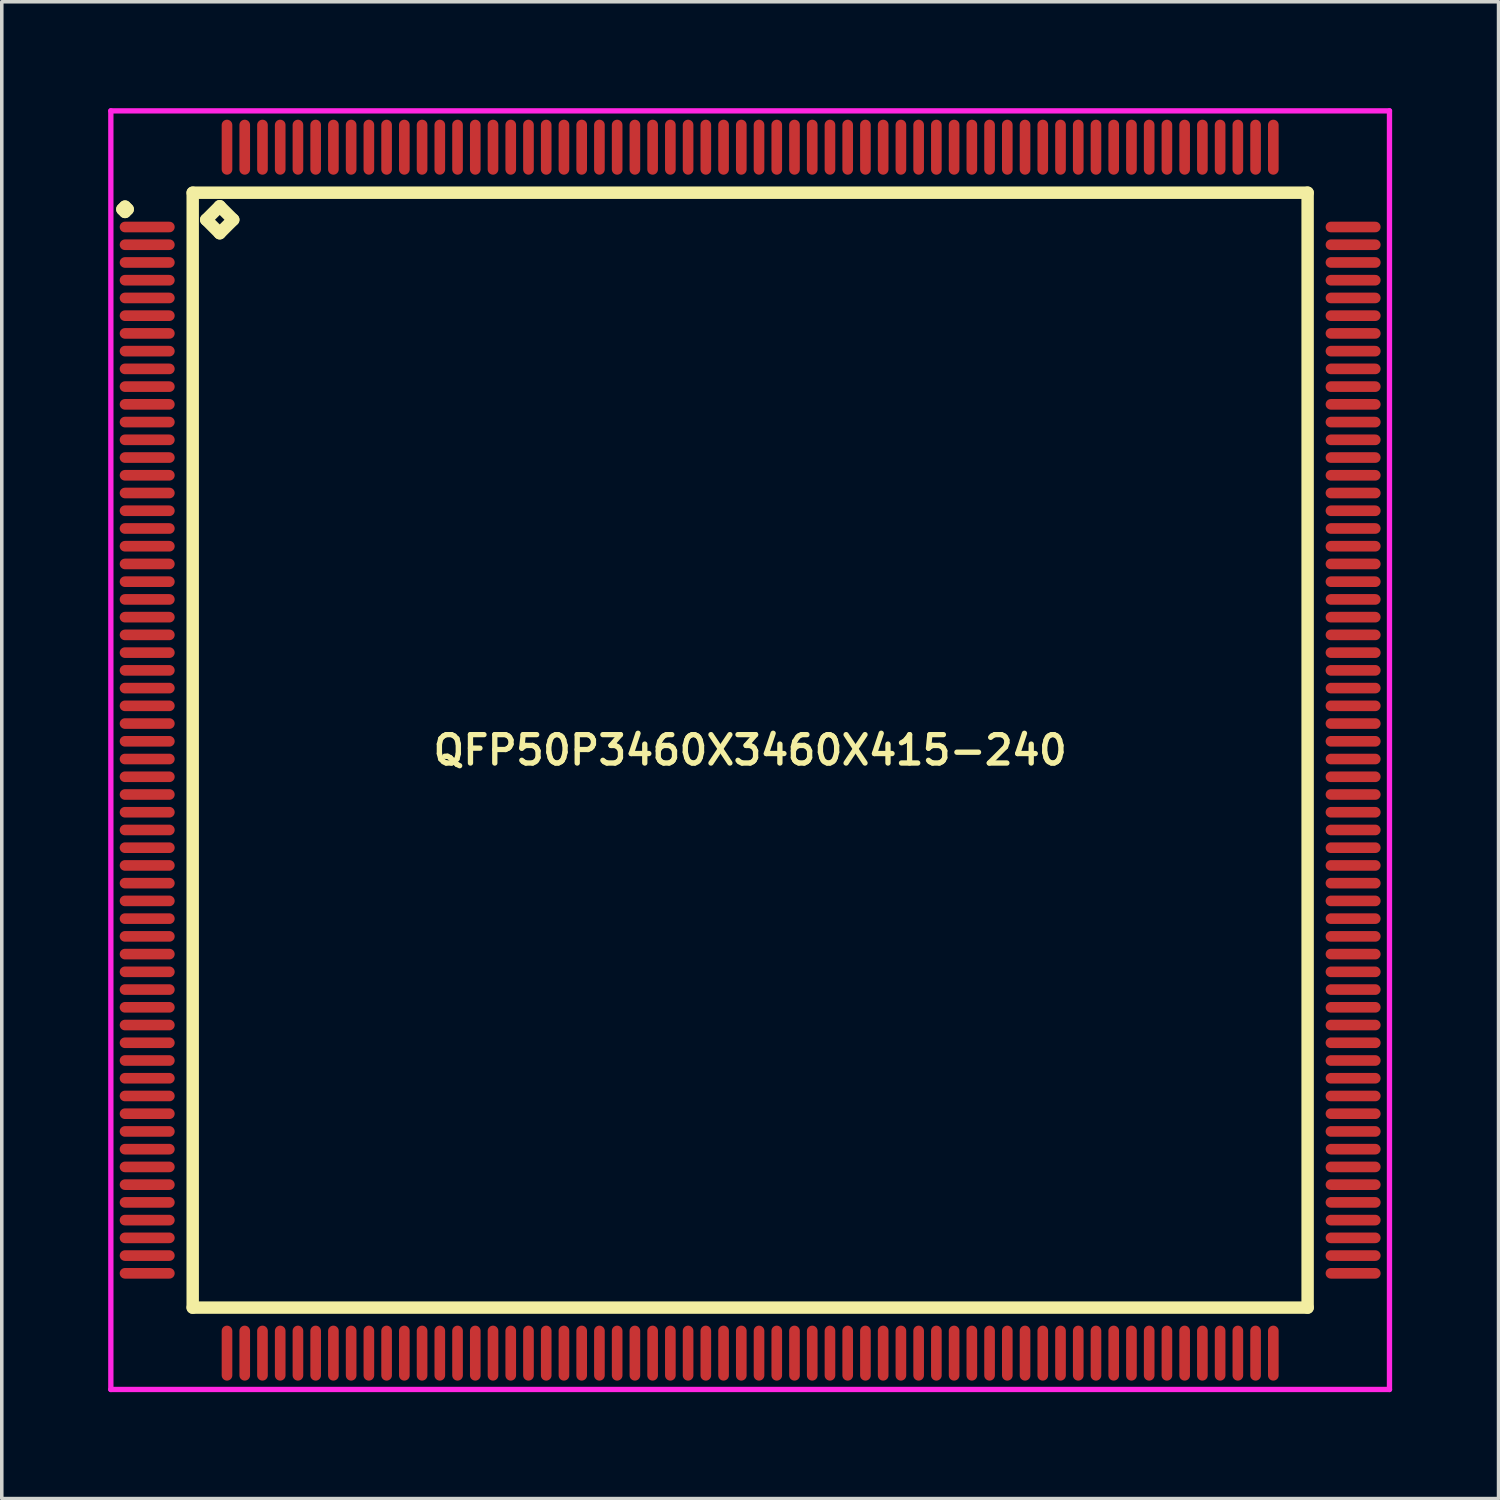
<source format=kicad_pcb>
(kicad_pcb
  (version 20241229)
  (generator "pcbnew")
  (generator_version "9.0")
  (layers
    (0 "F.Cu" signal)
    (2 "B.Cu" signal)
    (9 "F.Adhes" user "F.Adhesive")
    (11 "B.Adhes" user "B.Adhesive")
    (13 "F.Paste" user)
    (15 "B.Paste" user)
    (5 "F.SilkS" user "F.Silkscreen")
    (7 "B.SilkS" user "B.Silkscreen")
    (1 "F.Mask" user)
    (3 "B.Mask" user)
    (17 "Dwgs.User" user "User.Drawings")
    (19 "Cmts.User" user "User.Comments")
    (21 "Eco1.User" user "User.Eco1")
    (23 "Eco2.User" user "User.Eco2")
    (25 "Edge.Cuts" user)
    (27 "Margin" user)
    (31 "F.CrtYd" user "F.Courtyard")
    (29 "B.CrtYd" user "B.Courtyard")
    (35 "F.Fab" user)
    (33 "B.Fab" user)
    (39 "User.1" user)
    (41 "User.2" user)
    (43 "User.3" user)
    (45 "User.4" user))
  (footprint "QFP50P3460X3460X415-240"
    (layer "F.Cu")
    (at 18.1 18.1)
    (property "Reference" "QFP50P3460X3460X415-240" (at 0 0 0) (layer "F.SilkS") (effects (font (size 0.8 0.8) (thickness 0.15))))
    (attr smd)
    (fp_line (start -17.7 -15.25) (end -17.625 -15.325) (stroke (width 0.35) (type solid)) (layer "F.SilkS"))
    (fp_line (start -17.625 -15.325) (end -17.55 -15.25) (stroke (width 0.35) (type solid)) (layer "F.SilkS"))
    (fp_line (start -17.625 -15.175) (end -17.7 -15.25) (stroke (width 0.35) (type solid)) (layer "F.SilkS"))
    (fp_line (start -17.55 -15.25) (end -17.625 -15.175) (stroke (width 0.35) (type solid)) (layer "F.SilkS"))
    (fp_line (start -15.717 -15.717) (end -15.717 15.717) (stroke (width 0.35) (type solid)) (layer "F.SilkS"))
    (fp_line (start -15.717 15.717) (end 15.717 15.717) (stroke (width 0.35) (type solid)) (layer "F.SilkS"))
    (fp_line (start -15.336 -14.955) (end -14.955 -15.336) (stroke (width 0.35) (type solid)) (layer "F.SilkS"))
    (fp_line (start -14.955 -15.336) (end -14.574 -14.955) (stroke (width 0.35) (type solid)) (layer "F.SilkS"))
    (fp_line (start -14.955 -14.574) (end -15.336 -14.955) (stroke (width 0.35) (type solid)) (layer "F.SilkS"))
    (fp_line (start -14.574 -14.955) (end -14.955 -14.574) (stroke (width 0.35) (type solid)) (layer "F.SilkS"))
    (fp_line (start 15.717 -15.717) (end -15.717 -15.717) (stroke (width 0.35) (type solid)) (layer "F.SilkS"))
    (fp_line (start 15.717 15.717) (end 15.717 -15.717) (stroke (width 0.35) (type solid)) (layer "F.SilkS"))
    (fp_line (start -18.025 -18.025) (end 18.025 -18.025) (stroke (width 0.15) (type solid)) (layer "F.CrtYd"))
    (fp_line (start -18.025 18.025) (end -18.025 -18.025) (stroke (width 0.15) (type solid)) (layer "F.CrtYd"))
    (fp_line (start 18.025 -18.025) (end 18.025 18.025) (stroke (width 0.15) (type solid)) (layer "F.CrtYd"))
    (fp_line (start 18.025 18.025) (end -18.025 18.025) (stroke (width 0.15) (type solid)) (layer "F.CrtYd"))
    (pad "1" smd oval (at -17 -14.75) (size 1.55 0.3) (layers "F.Cu" "F.Mask" "F.Paste"))
    (pad "2" smd oval (at -17 -14.25) (size 1.55 0.3) (layers "F.Cu" "F.Mask" "F.Paste"))
    (pad "3" smd oval (at -17 -13.75) (size 1.55 0.3) (layers "F.Cu" "F.Mask" "F.Paste"))
    (pad "4" smd oval (at -17 -13.25) (size 1.55 0.3) (layers "F.Cu" "F.Mask" "F.Paste"))
    (pad "5" smd oval (at -17 -12.75) (size 1.55 0.3) (layers "F.Cu" "F.Mask" "F.Paste"))
    (pad "6" smd oval (at -17 -12.25) (size 1.55 0.3) (layers "F.Cu" "F.Mask" "F.Paste"))
    (pad "7" smd oval (at -17 -11.75) (size 1.55 0.3) (layers "F.Cu" "F.Mask" "F.Paste"))
    (pad "8" smd oval (at -17 -11.25) (size 1.55 0.3) (layers "F.Cu" "F.Mask" "F.Paste"))
    (pad "9" smd oval (at -17 -10.75) (size 1.55 0.3) (layers "F.Cu" "F.Mask" "F.Paste"))
    (pad "10" smd oval (at -17 -10.25) (size 1.55 0.3) (layers "F.Cu" "F.Mask" "F.Paste"))
    (pad "11" smd oval (at -17 -9.75) (size 1.55 0.3) (layers "F.Cu" "F.Mask" "F.Paste"))
    (pad "12" smd oval (at -17 -9.25) (size 1.55 0.3) (layers "F.Cu" "F.Mask" "F.Paste"))
    (pad "13" smd oval (at -17 -8.75) (size 1.55 0.3) (layers "F.Cu" "F.Mask" "F.Paste"))
    (pad "14" smd oval (at -17 -8.25) (size 1.55 0.3) (layers "F.Cu" "F.Mask" "F.Paste"))
    (pad "15" smd oval (at -17 -7.75) (size 1.55 0.3) (layers "F.Cu" "F.Mask" "F.Paste"))
    (pad "16" smd oval (at -17 -7.25) (size 1.55 0.3) (layers "F.Cu" "F.Mask" "F.Paste"))
    (pad "17" smd oval (at -17 -6.75) (size 1.55 0.3) (layers "F.Cu" "F.Mask" "F.Paste"))
    (pad "18" smd oval (at -17 -6.25) (size 1.55 0.3) (layers "F.Cu" "F.Mask" "F.Paste"))
    (pad "19" smd oval (at -17 -5.75) (size 1.55 0.3) (layers "F.Cu" "F.Mask" "F.Paste"))
    (pad "20" smd oval (at -17 -5.25) (size 1.55 0.3) (layers "F.Cu" "F.Mask" "F.Paste"))
    (pad "21" smd oval (at -17 -4.75) (size 1.55 0.3) (layers "F.Cu" "F.Mask" "F.Paste"))
    (pad "22" smd oval (at -17 -4.25) (size 1.55 0.3) (layers "F.Cu" "F.Mask" "F.Paste"))
    (pad "23" smd oval (at -17 -3.75) (size 1.55 0.3) (layers "F.Cu" "F.Mask" "F.Paste"))
    (pad "24" smd oval (at -17 -3.25) (size 1.55 0.3) (layers "F.Cu" "F.Mask" "F.Paste"))
    (pad "25" smd oval (at -17 -2.75) (size 1.55 0.3) (layers "F.Cu" "F.Mask" "F.Paste"))
    (pad "26" smd oval (at -17 -2.25) (size 1.55 0.3) (layers "F.Cu" "F.Mask" "F.Paste"))
    (pad "27" smd oval (at -17 -1.75) (size 1.55 0.3) (layers "F.Cu" "F.Mask" "F.Paste"))
    (pad "28" smd oval (at -17 -1.25) (size 1.55 0.3) (layers "F.Cu" "F.Mask" "F.Paste"))
    (pad "29" smd oval (at -17 -0.75) (size 1.55 0.3) (layers "F.Cu" "F.Mask" "F.Paste"))
    (pad "30" smd oval (at -17 -0.25) (size 1.55 0.3) (layers "F.Cu" "F.Mask" "F.Paste"))
    (pad "31" smd oval (at -17 0.25) (size 1.55 0.3) (layers "F.Cu" "F.Mask" "F.Paste"))
    (pad "32" smd oval (at -17 0.75) (size 1.55 0.3) (layers "F.Cu" "F.Mask" "F.Paste"))
    (pad "33" smd oval (at -17 1.25) (size 1.55 0.3) (layers "F.Cu" "F.Mask" "F.Paste"))
    (pad "34" smd oval (at -17 1.75) (size 1.55 0.3) (layers "F.Cu" "F.Mask" "F.Paste"))
    (pad "35" smd oval (at -17 2.25) (size 1.55 0.3) (layers "F.Cu" "F.Mask" "F.Paste"))
    (pad "36" smd oval (at -17 2.75) (size 1.55 0.3) (layers "F.Cu" "F.Mask" "F.Paste"))
    (pad "37" smd oval (at -17 3.25) (size 1.55 0.3) (layers "F.Cu" "F.Mask" "F.Paste"))
    (pad "38" smd oval (at -17 3.75) (size 1.55 0.3) (layers "F.Cu" "F.Mask" "F.Paste"))
    (pad "39" smd oval (at -17 4.25) (size 1.55 0.3) (layers "F.Cu" "F.Mask" "F.Paste"))
    (pad "40" smd oval (at -17 4.75) (size 1.55 0.3) (layers "F.Cu" "F.Mask" "F.Paste"))
    (pad "41" smd oval (at -17 5.25) (size 1.55 0.3) (layers "F.Cu" "F.Mask" "F.Paste"))
    (pad "42" smd oval (at -17 5.75) (size 1.55 0.3) (layers "F.Cu" "F.Mask" "F.Paste"))
    (pad "43" smd oval (at -17 6.25) (size 1.55 0.3) (layers "F.Cu" "F.Mask" "F.Paste"))
    (pad "44" smd oval (at -17 6.75) (size 1.55 0.3) (layers "F.Cu" "F.Mask" "F.Paste"))
    (pad "45" smd oval (at -17 7.25) (size 1.55 0.3) (layers "F.Cu" "F.Mask" "F.Paste"))
    (pad "46" smd oval (at -17 7.75) (size 1.55 0.3) (layers "F.Cu" "F.Mask" "F.Paste"))
    (pad "47" smd oval (at -17 8.25) (size 1.55 0.3) (layers "F.Cu" "F.Mask" "F.Paste"))
    (pad "48" smd oval (at -17 8.75) (size 1.55 0.3) (layers "F.Cu" "F.Mask" "F.Paste"))
    (pad "49" smd oval (at -17 9.25) (size 1.55 0.3) (layers "F.Cu" "F.Mask" "F.Paste"))
    (pad "50" smd oval (at -17 9.75) (size 1.55 0.3) (layers "F.Cu" "F.Mask" "F.Paste"))
    (pad "51" smd oval (at -17 10.25) (size 1.55 0.3) (layers "F.Cu" "F.Mask" "F.Paste"))
    (pad "52" smd oval (at -17 10.75) (size 1.55 0.3) (layers "F.Cu" "F.Mask" "F.Paste"))
    (pad "53" smd oval (at -17 11.25) (size 1.55 0.3) (layers "F.Cu" "F.Mask" "F.Paste"))
    (pad "54" smd oval (at -17 11.75) (size 1.55 0.3) (layers "F.Cu" "F.Mask" "F.Paste"))
    (pad "55" smd oval (at -17 12.25) (size 1.55 0.3) (layers "F.Cu" "F.Mask" "F.Paste"))
    (pad "56" smd oval (at -17 12.75) (size 1.55 0.3) (layers "F.Cu" "F.Mask" "F.Paste"))
    (pad "57" smd oval (at -17 13.25) (size 1.55 0.3) (layers "F.Cu" "F.Mask" "F.Paste"))
    (pad "58" smd oval (at -17 13.75) (size 1.55 0.3) (layers "F.Cu" "F.Mask" "F.Paste"))
    (pad "59" smd oval (at -17 14.25) (size 1.55 0.3) (layers "F.Cu" "F.Mask" "F.Paste"))
    (pad "60" smd oval (at -17 14.75) (size 1.55 0.3) (layers "F.Cu" "F.Mask" "F.Paste"))
    (pad "61" smd oval (at -14.75 17) (size 0.3 1.55) (layers "F.Cu" "F.Mask" "F.Paste"))
    (pad "62" smd oval (at -14.25 17) (size 0.3 1.55) (layers "F.Cu" "F.Mask" "F.Paste"))
    (pad "63" smd oval (at -13.75 17) (size 0.3 1.55) (layers "F.Cu" "F.Mask" "F.Paste"))
    (pad "64" smd oval (at -13.25 17) (size 0.3 1.55) (layers "F.Cu" "F.Mask" "F.Paste"))
    (pad "65" smd oval (at -12.75 17) (size 0.3 1.55) (layers "F.Cu" "F.Mask" "F.Paste"))
    (pad "66" smd oval (at -12.25 17) (size 0.3 1.55) (layers "F.Cu" "F.Mask" "F.Paste"))
    (pad "67" smd oval (at -11.75 17) (size 0.3 1.55) (layers "F.Cu" "F.Mask" "F.Paste"))
    (pad "68" smd oval (at -11.25 17) (size 0.3 1.55) (layers "F.Cu" "F.Mask" "F.Paste"))
    (pad "69" smd oval (at -10.75 17) (size 0.3 1.55) (layers "F.Cu" "F.Mask" "F.Paste"))
    (pad "70" smd oval (at -10.25 17) (size 0.3 1.55) (layers "F.Cu" "F.Mask" "F.Paste"))
    (pad "71" smd oval (at -9.75 17) (size 0.3 1.55) (layers "F.Cu" "F.Mask" "F.Paste"))
    (pad "72" smd oval (at -9.25 17) (size 0.3 1.55) (layers "F.Cu" "F.Mask" "F.Paste"))
    (pad "73" smd oval (at -8.75 17) (size 0.3 1.55) (layers "F.Cu" "F.Mask" "F.Paste"))
    (pad "74" smd oval (at -8.25 17) (size 0.3 1.55) (layers "F.Cu" "F.Mask" "F.Paste"))
    (pad "75" smd oval (at -7.75 17) (size 0.3 1.55) (layers "F.Cu" "F.Mask" "F.Paste"))
    (pad "76" smd oval (at -7.25 17) (size 0.3 1.55) (layers "F.Cu" "F.Mask" "F.Paste"))
    (pad "77" smd oval (at -6.75 17) (size 0.3 1.55) (layers "F.Cu" "F.Mask" "F.Paste"))
    (pad "78" smd oval (at -6.25 17) (size 0.3 1.55) (layers "F.Cu" "F.Mask" "F.Paste"))
    (pad "79" smd oval (at -5.75 17) (size 0.3 1.55) (layers "F.Cu" "F.Mask" "F.Paste"))
    (pad "80" smd oval (at -5.25 17) (size 0.3 1.55) (layers "F.Cu" "F.Mask" "F.Paste"))
    (pad "81" smd oval (at -4.75 17) (size 0.3 1.55) (layers "F.Cu" "F.Mask" "F.Paste"))
    (pad "82" smd oval (at -4.25 17) (size 0.3 1.55) (layers "F.Cu" "F.Mask" "F.Paste"))
    (pad "83" smd oval (at -3.75 17) (size 0.3 1.55) (layers "F.Cu" "F.Mask" "F.Paste"))
    (pad "84" smd oval (at -3.25 17) (size 0.3 1.55) (layers "F.Cu" "F.Mask" "F.Paste"))
    (pad "85" smd oval (at -2.75 17) (size 0.3 1.55) (layers "F.Cu" "F.Mask" "F.Paste"))
    (pad "86" smd oval (at -2.25 17) (size 0.3 1.55) (layers "F.Cu" "F.Mask" "F.Paste"))
    (pad "87" smd oval (at -1.75 17) (size 0.3 1.55) (layers "F.Cu" "F.Mask" "F.Paste"))
    (pad "88" smd oval (at -1.25 17) (size 0.3 1.55) (layers "F.Cu" "F.Mask" "F.Paste"))
    (pad "89" smd oval (at -0.75 17) (size 0.3 1.55) (layers "F.Cu" "F.Mask" "F.Paste"))
    (pad "90" smd oval (at -0.25 17) (size 0.3 1.55) (layers "F.Cu" "F.Mask" "F.Paste"))
    (pad "91" smd oval (at 0.25 17) (size 0.3 1.55) (layers "F.Cu" "F.Mask" "F.Paste"))
    (pad "92" smd oval (at 0.75 17) (size 0.3 1.55) (layers "F.Cu" "F.Mask" "F.Paste"))
    (pad "93" smd oval (at 1.25 17) (size 0.3 1.55) (layers "F.Cu" "F.Mask" "F.Paste"))
    (pad "94" smd oval (at 1.75 17) (size 0.3 1.55) (layers "F.Cu" "F.Mask" "F.Paste"))
    (pad "95" smd oval (at 2.25 17) (size 0.3 1.55) (layers "F.Cu" "F.Mask" "F.Paste"))
    (pad "96" smd oval (at 2.75 17) (size 0.3 1.55) (layers "F.Cu" "F.Mask" "F.Paste"))
    (pad "97" smd oval (at 3.25 17) (size 0.3 1.55) (layers "F.Cu" "F.Mask" "F.Paste"))
    (pad "98" smd oval (at 3.75 17) (size 0.3 1.55) (layers "F.Cu" "F.Mask" "F.Paste"))
    (pad "99" smd oval (at 4.25 17) (size 0.3 1.55) (layers "F.Cu" "F.Mask" "F.Paste"))
    (pad "100" smd oval (at 4.75 17) (size 0.3 1.55) (layers "F.Cu" "F.Mask" "F.Paste"))
    (pad "101" smd oval (at 5.25 17) (size 0.3 1.55) (layers "F.Cu" "F.Mask" "F.Paste"))
    (pad "102" smd oval (at 5.75 17) (size 0.3 1.55) (layers "F.Cu" "F.Mask" "F.Paste"))
    (pad "103" smd oval (at 6.25 17) (size 0.3 1.55) (layers "F.Cu" "F.Mask" "F.Paste"))
    (pad "104" smd oval (at 6.75 17) (size 0.3 1.55) (layers "F.Cu" "F.Mask" "F.Paste"))
    (pad "105" smd oval (at 7.25 17) (size 0.3 1.55) (layers "F.Cu" "F.Mask" "F.Paste"))
    (pad "106" smd oval (at 7.75 17) (size 0.3 1.55) (layers "F.Cu" "F.Mask" "F.Paste"))
    (pad "107" smd oval (at 8.25 17) (size 0.3 1.55) (layers "F.Cu" "F.Mask" "F.Paste"))
    (pad "108" smd oval (at 8.75 17) (size 0.3 1.55) (layers "F.Cu" "F.Mask" "F.Paste"))
    (pad "109" smd oval (at 9.25 17) (size 0.3 1.55) (layers "F.Cu" "F.Mask" "F.Paste"))
    (pad "110" smd oval (at 9.75 17) (size 0.3 1.55) (layers "F.Cu" "F.Mask" "F.Paste"))
    (pad "111" smd oval (at 10.25 17) (size 0.3 1.55) (layers "F.Cu" "F.Mask" "F.Paste"))
    (pad "112" smd oval (at 10.75 17) (size 0.3 1.55) (layers "F.Cu" "F.Mask" "F.Paste"))
    (pad "113" smd oval (at 11.25 17) (size 0.3 1.55) (layers "F.Cu" "F.Mask" "F.Paste"))
    (pad "114" smd oval (at 11.75 17) (size 0.3 1.55) (layers "F.Cu" "F.Mask" "F.Paste"))
    (pad "115" smd oval (at 12.25 17) (size 0.3 1.55) (layers "F.Cu" "F.Mask" "F.Paste"))
    (pad "116" smd oval (at 12.75 17) (size 0.3 1.55) (layers "F.Cu" "F.Mask" "F.Paste"))
    (pad "117" smd oval (at 13.25 17) (size 0.3 1.55) (layers "F.Cu" "F.Mask" "F.Paste"))
    (pad "118" smd oval (at 13.75 17) (size 0.3 1.55) (layers "F.Cu" "F.Mask" "F.Paste"))
    (pad "119" smd oval (at 14.25 17) (size 0.3 1.55) (layers "F.Cu" "F.Mask" "F.Paste"))
    (pad "120" smd oval (at 14.75 17) (size 0.3 1.55) (layers "F.Cu" "F.Mask" "F.Paste"))
    (pad "121" smd oval (at 17 14.75) (size 1.55 0.3) (layers "F.Cu" "F.Mask" "F.Paste"))
    (pad "122" smd oval (at 17 14.25) (size 1.55 0.3) (layers "F.Cu" "F.Mask" "F.Paste"))
    (pad "123" smd oval (at 17 13.75) (size 1.55 0.3) (layers "F.Cu" "F.Mask" "F.Paste"))
    (pad "124" smd oval (at 17 13.25) (size 1.55 0.3) (layers "F.Cu" "F.Mask" "F.Paste"))
    (pad "125" smd oval (at 17 12.75) (size 1.55 0.3) (layers "F.Cu" "F.Mask" "F.Paste"))
    (pad "126" smd oval (at 17 12.25) (size 1.55 0.3) (layers "F.Cu" "F.Mask" "F.Paste"))
    (pad "127" smd oval (at 17 11.75) (size 1.55 0.3) (layers "F.Cu" "F.Mask" "F.Paste"))
    (pad "128" smd oval (at 17 11.25) (size 1.55 0.3) (layers "F.Cu" "F.Mask" "F.Paste"))
    (pad "129" smd oval (at 17 10.75) (size 1.55 0.3) (layers "F.Cu" "F.Mask" "F.Paste"))
    (pad "130" smd oval (at 17 10.25) (size 1.55 0.3) (layers "F.Cu" "F.Mask" "F.Paste"))
    (pad "131" smd oval (at 17 9.75) (size 1.55 0.3) (layers "F.Cu" "F.Mask" "F.Paste"))
    (pad "132" smd oval (at 17 9.25) (size 1.55 0.3) (layers "F.Cu" "F.Mask" "F.Paste"))
    (pad "133" smd oval (at 17 8.75) (size 1.55 0.3) (layers "F.Cu" "F.Mask" "F.Paste"))
    (pad "134" smd oval (at 17 8.25) (size 1.55 0.3) (layers "F.Cu" "F.Mask" "F.Paste"))
    (pad "135" smd oval (at 17 7.75) (size 1.55 0.3) (layers "F.Cu" "F.Mask" "F.Paste"))
    (pad "136" smd oval (at 17 7.25) (size 1.55 0.3) (layers "F.Cu" "F.Mask" "F.Paste"))
    (pad "137" smd oval (at 17 6.75) (size 1.55 0.3) (layers "F.Cu" "F.Mask" "F.Paste"))
    (pad "138" smd oval (at 17 6.25) (size 1.55 0.3) (layers "F.Cu" "F.Mask" "F.Paste"))
    (pad "139" smd oval (at 17 5.75) (size 1.55 0.3) (layers "F.Cu" "F.Mask" "F.Paste"))
    (pad "140" smd oval (at 17 5.25) (size 1.55 0.3) (layers "F.Cu" "F.Mask" "F.Paste"))
    (pad "141" smd oval (at 17 4.75) (size 1.55 0.3) (layers "F.Cu" "F.Mask" "F.Paste"))
    (pad "142" smd oval (at 17 4.25) (size 1.55 0.3) (layers "F.Cu" "F.Mask" "F.Paste"))
    (pad "143" smd oval (at 17 3.75) (size 1.55 0.3) (layers "F.Cu" "F.Mask" "F.Paste"))
    (pad "144" smd oval (at 17 3.25) (size 1.55 0.3) (layers "F.Cu" "F.Mask" "F.Paste"))
    (pad "145" smd oval (at 17 2.75) (size 1.55 0.3) (layers "F.Cu" "F.Mask" "F.Paste"))
    (pad "146" smd oval (at 17 2.25) (size 1.55 0.3) (layers "F.Cu" "F.Mask" "F.Paste"))
    (pad "147" smd oval (at 17 1.75) (size 1.55 0.3) (layers "F.Cu" "F.Mask" "F.Paste"))
    (pad "148" smd oval (at 17 1.25) (size 1.55 0.3) (layers "F.Cu" "F.Mask" "F.Paste"))
    (pad "149" smd oval (at 17 0.75) (size 1.55 0.3) (layers "F.Cu" "F.Mask" "F.Paste"))
    (pad "150" smd oval (at 17 0.25) (size 1.55 0.3) (layers "F.Cu" "F.Mask" "F.Paste"))
    (pad "151" smd oval (at 17 -0.25) (size 1.55 0.3) (layers "F.Cu" "F.Mask" "F.Paste"))
    (pad "152" smd oval (at 17 -0.75) (size 1.55 0.3) (layers "F.Cu" "F.Mask" "F.Paste"))
    (pad "153" smd oval (at 17 -1.25) (size 1.55 0.3) (layers "F.Cu" "F.Mask" "F.Paste"))
    (pad "154" smd oval (at 17 -1.75) (size 1.55 0.3) (layers "F.Cu" "F.Mask" "F.Paste"))
    (pad "155" smd oval (at 17 -2.25) (size 1.55 0.3) (layers "F.Cu" "F.Mask" "F.Paste"))
    (pad "156" smd oval (at 17 -2.75) (size 1.55 0.3) (layers "F.Cu" "F.Mask" "F.Paste"))
    (pad "157" smd oval (at 17 -3.25) (size 1.55 0.3) (layers "F.Cu" "F.Mask" "F.Paste"))
    (pad "158" smd oval (at 17 -3.75) (size 1.55 0.3) (layers "F.Cu" "F.Mask" "F.Paste"))
    (pad "159" smd oval (at 17 -4.25) (size 1.55 0.3) (layers "F.Cu" "F.Mask" "F.Paste"))
    (pad "160" smd oval (at 17 -4.75) (size 1.55 0.3) (layers "F.Cu" "F.Mask" "F.Paste"))
    (pad "161" smd oval (at 17 -5.25) (size 1.55 0.3) (layers "F.Cu" "F.Mask" "F.Paste"))
    (pad "162" smd oval (at 17 -5.75) (size 1.55 0.3) (layers "F.Cu" "F.Mask" "F.Paste"))
    (pad "163" smd oval (at 17 -6.25) (size 1.55 0.3) (layers "F.Cu" "F.Mask" "F.Paste"))
    (pad "164" smd oval (at 17 -6.75) (size 1.55 0.3) (layers "F.Cu" "F.Mask" "F.Paste"))
    (pad "165" smd oval (at 17 -7.25) (size 1.55 0.3) (layers "F.Cu" "F.Mask" "F.Paste"))
    (pad "166" smd oval (at 17 -7.75) (size 1.55 0.3) (layers "F.Cu" "F.Mask" "F.Paste"))
    (pad "167" smd oval (at 17 -8.25) (size 1.55 0.3) (layers "F.Cu" "F.Mask" "F.Paste"))
    (pad "168" smd oval (at 17 -8.75) (size 1.55 0.3) (layers "F.Cu" "F.Mask" "F.Paste"))
    (pad "169" smd oval (at 17 -9.25) (size 1.55 0.3) (layers "F.Cu" "F.Mask" "F.Paste"))
    (pad "170" smd oval (at 17 -9.75) (size 1.55 0.3) (layers "F.Cu" "F.Mask" "F.Paste"))
    (pad "171" smd oval (at 17 -10.25) (size 1.55 0.3) (layers "F.Cu" "F.Mask" "F.Paste"))
    (pad "172" smd oval (at 17 -10.75) (size 1.55 0.3) (layers "F.Cu" "F.Mask" "F.Paste"))
    (pad "173" smd oval (at 17 -11.25) (size 1.55 0.3) (layers "F.Cu" "F.Mask" "F.Paste"))
    (pad "174" smd oval (at 17 -11.75) (size 1.55 0.3) (layers "F.Cu" "F.Mask" "F.Paste"))
    (pad "175" smd oval (at 17 -12.25) (size 1.55 0.3) (layers "F.Cu" "F.Mask" "F.Paste"))
    (pad "176" smd oval (at 17 -12.75) (size 1.55 0.3) (layers "F.Cu" "F.Mask" "F.Paste"))
    (pad "177" smd oval (at 17 -13.25) (size 1.55 0.3) (layers "F.Cu" "F.Mask" "F.Paste"))
    (pad "178" smd oval (at 17 -13.75) (size 1.55 0.3) (layers "F.Cu" "F.Mask" "F.Paste"))
    (pad "179" smd oval (at 17 -14.25) (size 1.55 0.3) (layers "F.Cu" "F.Mask" "F.Paste"))
    (pad "180" smd oval (at 17 -14.75) (size 1.55 0.3) (layers "F.Cu" "F.Mask" "F.Paste"))
    (pad "181" smd oval (at 14.75 -17) (size 0.3 1.55) (layers "F.Cu" "F.Mask" "F.Paste"))
    (pad "182" smd oval (at 14.25 -17) (size 0.3 1.55) (layers "F.Cu" "F.Mask" "F.Paste"))
    (pad "183" smd oval (at 13.75 -17) (size 0.3 1.55) (layers "F.Cu" "F.Mask" "F.Paste"))
    (pad "184" smd oval (at 13.25 -17) (size 0.3 1.55) (layers "F.Cu" "F.Mask" "F.Paste"))
    (pad "185" smd oval (at 12.75 -17) (size 0.3 1.55) (layers "F.Cu" "F.Mask" "F.Paste"))
    (pad "186" smd oval (at 12.25 -17) (size 0.3 1.55) (layers "F.Cu" "F.Mask" "F.Paste"))
    (pad "187" smd oval (at 11.75 -17) (size 0.3 1.55) (layers "F.Cu" "F.Mask" "F.Paste"))
    (pad "188" smd oval (at 11.25 -17) (size 0.3 1.55) (layers "F.Cu" "F.Mask" "F.Paste"))
    (pad "189" smd oval (at 10.75 -17) (size 0.3 1.55) (layers "F.Cu" "F.Mask" "F.Paste"))
    (pad "190" smd oval (at 10.25 -17) (size 0.3 1.55) (layers "F.Cu" "F.Mask" "F.Paste"))
    (pad "191" smd oval (at 9.75 -17) (size 0.3 1.55) (layers "F.Cu" "F.Mask" "F.Paste"))
    (pad "192" smd oval (at 9.25 -17) (size 0.3 1.55) (layers "F.Cu" "F.Mask" "F.Paste"))
    (pad "193" smd oval (at 8.75 -17) (size 0.3 1.55) (layers "F.Cu" "F.Mask" "F.Paste"))
    (pad "194" smd oval (at 8.25 -17) (size 0.3 1.55) (layers "F.Cu" "F.Mask" "F.Paste"))
    (pad "195" smd oval (at 7.75 -17) (size 0.3 1.55) (layers "F.Cu" "F.Mask" "F.Paste"))
    (pad "196" smd oval (at 7.25 -17) (size 0.3 1.55) (layers "F.Cu" "F.Mask" "F.Paste"))
    (pad "197" smd oval (at 6.75 -17) (size 0.3 1.55) (layers "F.Cu" "F.Mask" "F.Paste"))
    (pad "198" smd oval (at 6.25 -17) (size 0.3 1.55) (layers "F.Cu" "F.Mask" "F.Paste"))
    (pad "199" smd oval (at 5.75 -17) (size 0.3 1.55) (layers "F.Cu" "F.Mask" "F.Paste"))
    (pad "200" smd oval (at 5.25 -17) (size 0.3 1.55) (layers "F.Cu" "F.Mask" "F.Paste"))
    (pad "201" smd oval (at 4.75 -17) (size 0.3 1.55) (layers "F.Cu" "F.Mask" "F.Paste"))
    (pad "202" smd oval (at 4.25 -17) (size 0.3 1.55) (layers "F.Cu" "F.Mask" "F.Paste"))
    (pad "203" smd oval (at 3.75 -17) (size 0.3 1.55) (layers "F.Cu" "F.Mask" "F.Paste"))
    (pad "204" smd oval (at 3.25 -17) (size 0.3 1.55) (layers "F.Cu" "F.Mask" "F.Paste"))
    (pad "205" smd oval (at 2.75 -17) (size 0.3 1.55) (layers "F.Cu" "F.Mask" "F.Paste"))
    (pad "206" smd oval (at 2.25 -17) (size 0.3 1.55) (layers "F.Cu" "F.Mask" "F.Paste"))
    (pad "207" smd oval (at 1.75 -17) (size 0.3 1.55) (layers "F.Cu" "F.Mask" "F.Paste"))
    (pad "208" smd oval (at 1.25 -17) (size 0.3 1.55) (layers "F.Cu" "F.Mask" "F.Paste"))
    (pad "209" smd oval (at 0.75 -17) (size 0.3 1.55) (layers "F.Cu" "F.Mask" "F.Paste"))
    (pad "210" smd oval (at 0.25 -17) (size 0.3 1.55) (layers "F.Cu" "F.Mask" "F.Paste"))
    (pad "211" smd oval (at -0.25 -17) (size 0.3 1.55) (layers "F.Cu" "F.Mask" "F.Paste"))
    (pad "212" smd oval (at -0.75 -17) (size 0.3 1.55) (layers "F.Cu" "F.Mask" "F.Paste"))
    (pad "213" smd oval (at -1.25 -17) (size 0.3 1.55) (layers "F.Cu" "F.Mask" "F.Paste"))
    (pad "214" smd oval (at -1.75 -17) (size 0.3 1.55) (layers "F.Cu" "F.Mask" "F.Paste"))
    (pad "215" smd oval (at -2.25 -17) (size 0.3 1.55) (layers "F.Cu" "F.Mask" "F.Paste"))
    (pad "216" smd oval (at -2.75 -17) (size 0.3 1.55) (layers "F.Cu" "F.Mask" "F.Paste"))
    (pad "217" smd oval (at -3.25 -17) (size 0.3 1.55) (layers "F.Cu" "F.Mask" "F.Paste"))
    (pad "218" smd oval (at -3.75 -17) (size 0.3 1.55) (layers "F.Cu" "F.Mask" "F.Paste"))
    (pad "219" smd oval (at -4.25 -17) (size 0.3 1.55) (layers "F.Cu" "F.Mask" "F.Paste"))
    (pad "220" smd oval (at -4.75 -17) (size 0.3 1.55) (layers "F.Cu" "F.Mask" "F.Paste"))
    (pad "221" smd oval (at -5.25 -17) (size 0.3 1.55) (layers "F.Cu" "F.Mask" "F.Paste"))
    (pad "222" smd oval (at -5.75 -17) (size 0.3 1.55) (layers "F.Cu" "F.Mask" "F.Paste"))
    (pad "223" smd oval (at -6.25 -17) (size 0.3 1.55) (layers "F.Cu" "F.Mask" "F.Paste"))
    (pad "224" smd oval (at -6.75 -17) (size 0.3 1.55) (layers "F.Cu" "F.Mask" "F.Paste"))
    (pad "225" smd oval (at -7.25 -17) (size 0.3 1.55) (layers "F.Cu" "F.Mask" "F.Paste"))
    (pad "226" smd oval (at -7.75 -17) (size 0.3 1.55) (layers "F.Cu" "F.Mask" "F.Paste"))
    (pad "227" smd oval (at -8.25 -17) (size 0.3 1.55) (layers "F.Cu" "F.Mask" "F.Paste"))
    (pad "228" smd oval (at -8.75 -17) (size 0.3 1.55) (layers "F.Cu" "F.Mask" "F.Paste"))
    (pad "229" smd oval (at -9.25 -17) (size 0.3 1.55) (layers "F.Cu" "F.Mask" "F.Paste"))
    (pad "230" smd oval (at -9.75 -17) (size 0.3 1.55) (layers "F.Cu" "F.Mask" "F.Paste"))
    (pad "231" smd oval (at -10.25 -17) (size 0.3 1.55) (layers "F.Cu" "F.Mask" "F.Paste"))
    (pad "232" smd oval (at -10.75 -17) (size 0.3 1.55) (layers "F.Cu" "F.Mask" "F.Paste"))
    (pad "233" smd oval (at -11.25 -17) (size 0.3 1.55) (layers "F.Cu" "F.Mask" "F.Paste"))
    (pad "234" smd oval (at -11.75 -17) (size 0.3 1.55) (layers "F.Cu" "F.Mask" "F.Paste"))
    (pad "235" smd oval (at -12.25 -17) (size 0.3 1.55) (layers "F.Cu" "F.Mask" "F.Paste"))
    (pad "236" smd oval (at -12.75 -17) (size 0.3 1.55) (layers "F.Cu" "F.Mask" "F.Paste"))
    (pad "237" smd oval (at -13.25 -17) (size 0.3 1.55) (layers "F.Cu" "F.Mask" "F.Paste"))
    (pad "238" smd oval (at -13.75 -17) (size 0.3 1.55) (layers "F.Cu" "F.Mask" "F.Paste"))
    (pad "239" smd oval (at -14.25 -17) (size 0.3 1.55) (layers "F.Cu" "F.Mask" "F.Paste"))
    (pad "240" smd oval (at -14.75 -17) (size 0.3 1.55) (layers "F.Cu" "F.Mask" "F.Paste")))
  (gr_rect
    (start -3 -3)
    (end 39.2 39.2)
    (stroke (width 0.1) (type default))
    (fill no)
    (layer "Edge.Cuts")))
</source>
